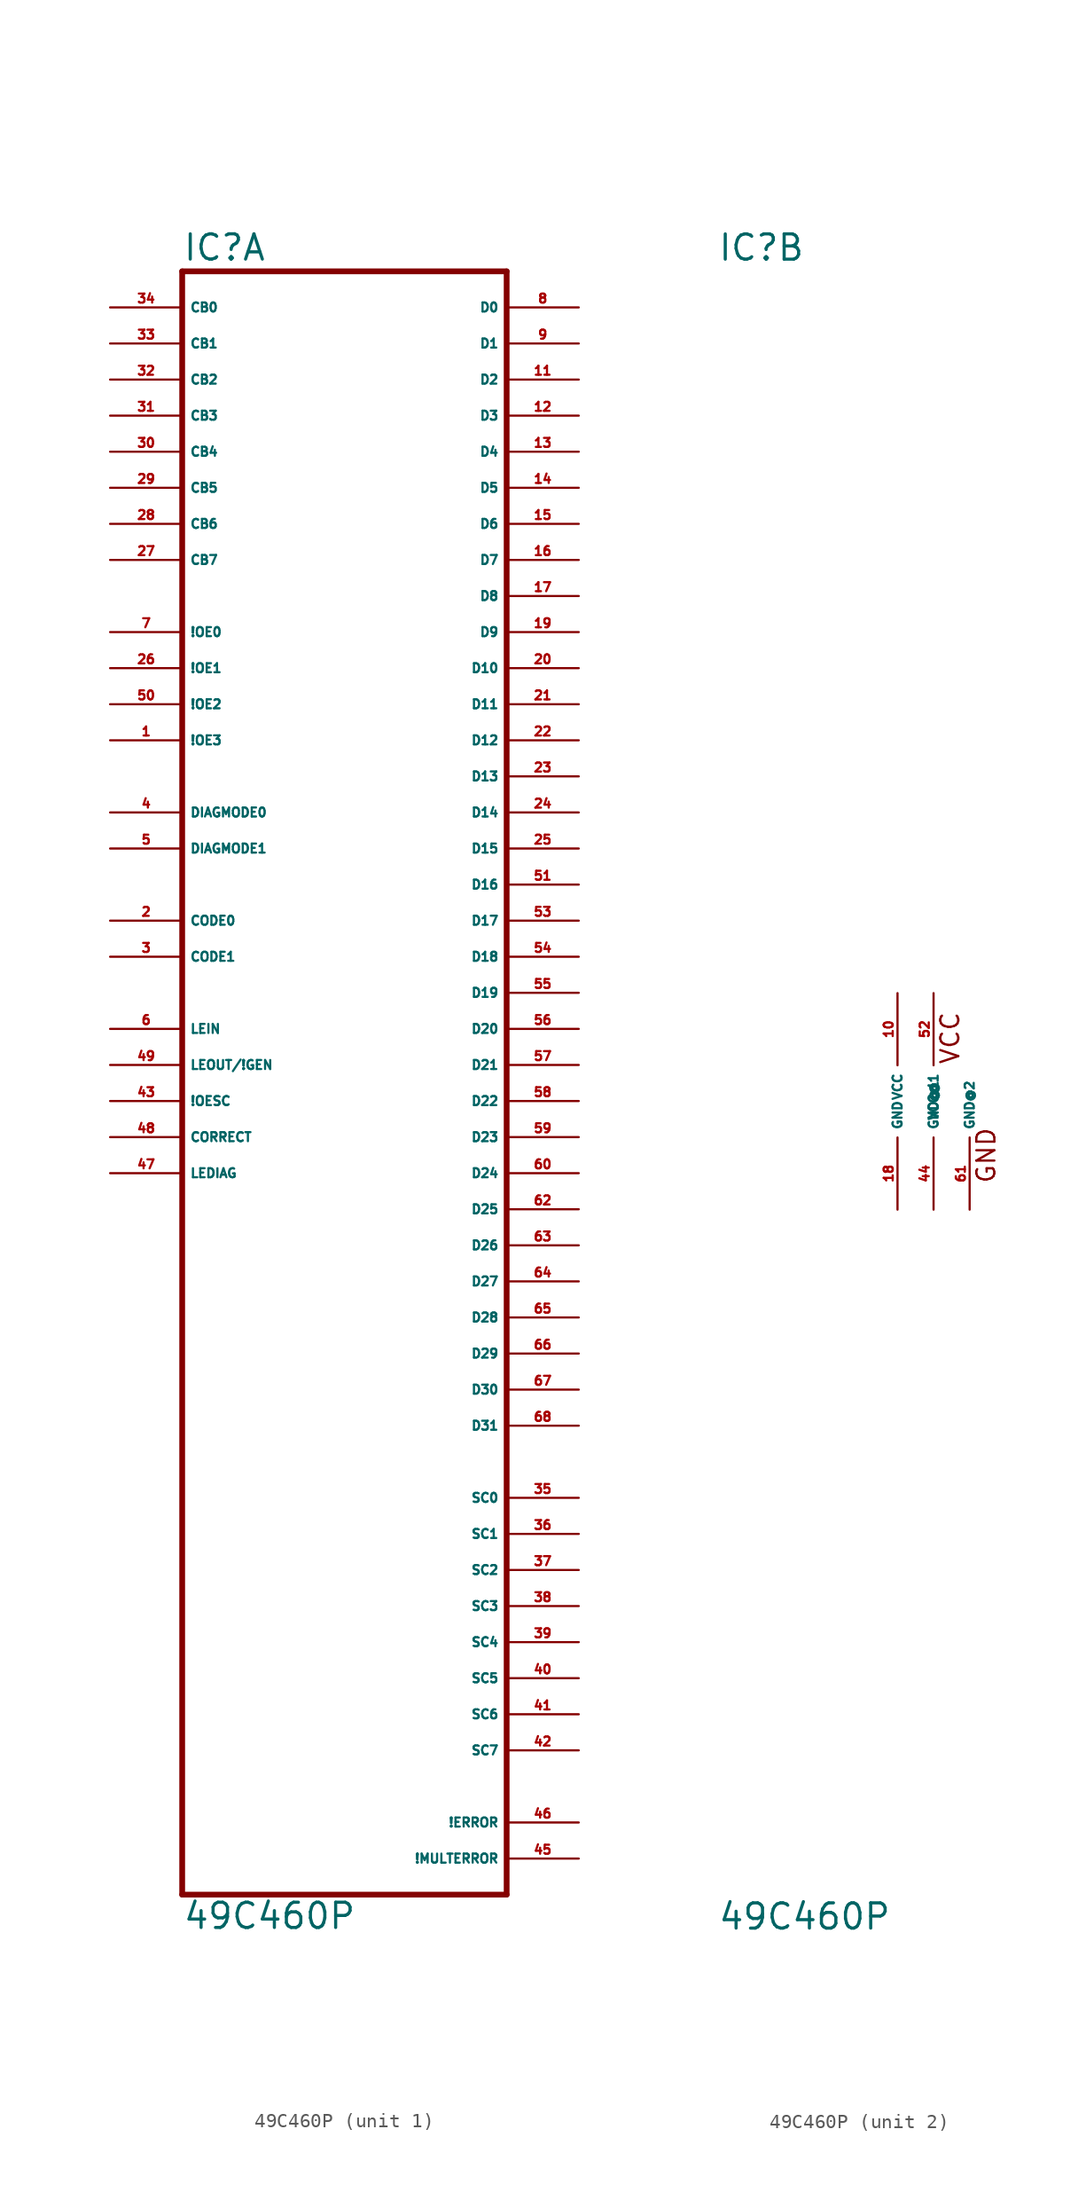
<source format=kicad_sym>
(kicad_symbol_lib
  (version 20220914)
  (generator Eagle2Kicad)
  (symbol "49C460P"
    (property "Reference" "IC"
      (at -12.7 59.055 0)
      (effects (font (size 1.778 1.778) (thickness 0.22)) (justify left bottom)))
    (property "Value" "49C460P"
      (at -12.7 -58.42 0)
      (effects (font (size 1.778 1.778) (thickness 0.22)) (justify left bottom)))
    (symbol "49C460P_1_0"
      (polyline (pts (xy -12.7 58.42) (xy 10.16 58.42)) (stroke (width 0.406) (type default)) (fill (type none)))
      (polyline (pts (xy 10.16 58.42) (xy 10.16 -55.88)) (stroke (width 0.406) (type default)) (fill (type none)))
      (polyline (pts (xy 10.16 -55.88) (xy -12.7 -55.88)) (stroke (width 0.406) (type default)) (fill (type none)))
      (polyline (pts (xy -12.7 -55.88) (xy -12.7 58.42)) (stroke (width 0.406) (type default)) (fill (type none)))
      (pin bidirectional line (at 15.24 55.88 180) (length 5.08) (name "D0" (effects (font (size 0.635 0.635) (thickness 0.08)) (justify left bottom))) (number "8" (effects (font (size 0.635 0.635) (thickness 0.08)) (justify left bottom))))
      (pin bidirectional line (at 15.24 53.34 180) (length 5.08) (name "D1" (effects (font (size 0.635 0.635) (thickness 0.08)) (justify left bottom))) (number "9" (effects (font (size 0.635 0.635) (thickness 0.08)) (justify left bottom))))
      (pin bidirectional line (at 15.24 50.8 180) (length 5.08) (name "D2" (effects (font (size 0.635 0.635) (thickness 0.08)) (justify left bottom))) (number "11" (effects (font (size 0.635 0.635) (thickness 0.08)) (justify left bottom))))
      (pin bidirectional line (at 15.24 48.26 180) (length 5.08) (name "D3" (effects (font (size 0.635 0.635) (thickness 0.08)) (justify left bottom))) (number "12" (effects (font (size 0.635 0.635) (thickness 0.08)) (justify left bottom))))
      (pin bidirectional line (at 15.24 45.72 180) (length 5.08) (name "D4" (effects (font (size 0.635 0.635) (thickness 0.08)) (justify left bottom))) (number "13" (effects (font (size 0.635 0.635) (thickness 0.08)) (justify left bottom))))
      (pin bidirectional line (at 15.24 43.18 180) (length 5.08) (name "D5" (effects (font (size 0.635 0.635) (thickness 0.08)) (justify left bottom))) (number "14" (effects (font (size 0.635 0.635) (thickness 0.08)) (justify left bottom))))
      (pin bidirectional line (at 15.24 40.64 180) (length 5.08) (name "D6" (effects (font (size 0.635 0.635) (thickness 0.08)) (justify left bottom))) (number "15" (effects (font (size 0.635 0.635) (thickness 0.08)) (justify left bottom))))
      (pin bidirectional line (at 15.24 38.1 180) (length 5.08) (name "D7" (effects (font (size 0.635 0.635) (thickness 0.08)) (justify left bottom))) (number "16" (effects (font (size 0.635 0.635) (thickness 0.08)) (justify left bottom))))
      (pin bidirectional line (at 15.24 35.56 180) (length 5.08) (name "D8" (effects (font (size 0.635 0.635) (thickness 0.08)) (justify left bottom))) (number "17" (effects (font (size 0.635 0.635) (thickness 0.08)) (justify left bottom))))
      (pin bidirectional line (at 15.24 33.02 180) (length 5.08) (name "D9" (effects (font (size 0.635 0.635) (thickness 0.08)) (justify left bottom))) (number "19" (effects (font (size 0.635 0.635) (thickness 0.08)) (justify left bottom))))
      (pin bidirectional line (at 15.24 30.48 180) (length 5.08) (name "D10" (effects (font (size 0.635 0.635) (thickness 0.08)) (justify left bottom))) (number "20" (effects (font (size 0.635 0.635) (thickness 0.08)) (justify left bottom))))
      (pin bidirectional line (at 15.24 27.94 180) (length 5.08) (name "D11" (effects (font (size 0.635 0.635) (thickness 0.08)) (justify left bottom))) (number "21" (effects (font (size 0.635 0.635) (thickness 0.08)) (justify left bottom))))
      (pin bidirectional line (at 15.24 25.4 180) (length 5.08) (name "D12" (effects (font (size 0.635 0.635) (thickness 0.08)) (justify left bottom))) (number "22" (effects (font (size 0.635 0.635) (thickness 0.08)) (justify left bottom))))
      (pin bidirectional line (at 15.24 22.86 180) (length 5.08) (name "D13" (effects (font (size 0.635 0.635) (thickness 0.08)) (justify left bottom))) (number "23" (effects (font (size 0.635 0.635) (thickness 0.08)) (justify left bottom))))
      (pin bidirectional line (at 15.24 20.32 180) (length 5.08) (name "D14" (effects (font (size 0.635 0.635) (thickness 0.08)) (justify left bottom))) (number "24" (effects (font (size 0.635 0.635) (thickness 0.08)) (justify left bottom))))
      (pin bidirectional line (at 15.24 17.78 180) (length 5.08) (name "D15" (effects (font (size 0.635 0.635) (thickness 0.08)) (justify left bottom))) (number "25" (effects (font (size 0.635 0.635) (thickness 0.08)) (justify left bottom))))
      (pin bidirectional line (at 15.24 15.24 180) (length 5.08) (name "D16" (effects (font (size 0.635 0.635) (thickness 0.08)) (justify left bottom))) (number "51" (effects (font (size 0.635 0.635) (thickness 0.08)) (justify left bottom))))
      (pin bidirectional line (at 15.24 12.7 180) (length 5.08) (name "D17" (effects (font (size 0.635 0.635) (thickness 0.08)) (justify left bottom))) (number "53" (effects (font (size 0.635 0.635) (thickness 0.08)) (justify left bottom))))
      (pin bidirectional line (at 15.24 10.16 180) (length 5.08) (name "D18" (effects (font (size 0.635 0.635) (thickness 0.08)) (justify left bottom))) (number "54" (effects (font (size 0.635 0.635) (thickness 0.08)) (justify left bottom))))
      (pin bidirectional line (at 15.24 7.62 180) (length 5.08) (name "D19" (effects (font (size 0.635 0.635) (thickness 0.08)) (justify left bottom))) (number "55" (effects (font (size 0.635 0.635) (thickness 0.08)) (justify left bottom))))
      (pin bidirectional line (at 15.24 5.08 180) (length 5.08) (name "D20" (effects (font (size 0.635 0.635) (thickness 0.08)) (justify left bottom))) (number "56" (effects (font (size 0.635 0.635) (thickness 0.08)) (justify left bottom))))
      (pin bidirectional line (at 15.24 2.54 180) (length 5.08) (name "D21" (effects (font (size 0.635 0.635) (thickness 0.08)) (justify left bottom))) (number "57" (effects (font (size 0.635 0.635) (thickness 0.08)) (justify left bottom))))
      (pin bidirectional line (at 15.24 0 180) (length 5.08) (name "D22" (effects (font (size 0.635 0.635) (thickness 0.08)) (justify left bottom))) (number "58" (effects (font (size 0.635 0.635) (thickness 0.08)) (justify left bottom))))
      (pin bidirectional line (at 15.24 -2.54 180) (length 5.08) (name "D23" (effects (font (size 0.635 0.635) (thickness 0.08)) (justify left bottom))) (number "59" (effects (font (size 0.635 0.635) (thickness 0.08)) (justify left bottom))))
      (pin bidirectional line (at 15.24 -5.08 180) (length 5.08) (name "D24" (effects (font (size 0.635 0.635) (thickness 0.08)) (justify left bottom))) (number "60" (effects (font (size 0.635 0.635) (thickness 0.08)) (justify left bottom))))
      (pin bidirectional line (at 15.24 -7.62 180) (length 5.08) (name "D25" (effects (font (size 0.635 0.635) (thickness 0.08)) (justify left bottom))) (number "62" (effects (font (size 0.635 0.635) (thickness 0.08)) (justify left bottom))))
      (pin bidirectional line (at 15.24 -10.16 180) (length 5.08) (name "D26" (effects (font (size 0.635 0.635) (thickness 0.08)) (justify left bottom))) (number "63" (effects (font (size 0.635 0.635) (thickness 0.08)) (justify left bottom))))
      (pin bidirectional line (at 15.24 -12.7 180) (length 5.08) (name "D27" (effects (font (size 0.635 0.635) (thickness 0.08)) (justify left bottom))) (number "64" (effects (font (size 0.635 0.635) (thickness 0.08)) (justify left bottom))))
      (pin bidirectional line (at 15.24 -15.24 180) (length 5.08) (name "D28" (effects (font (size 0.635 0.635) (thickness 0.08)) (justify left bottom))) (number "65" (effects (font (size 0.635 0.635) (thickness 0.08)) (justify left bottom))))
      (pin bidirectional line (at 15.24 -17.78 180) (length 5.08) (name "D29" (effects (font (size 0.635 0.635) (thickness 0.08)) (justify left bottom))) (number "66" (effects (font (size 0.635 0.635) (thickness 0.08)) (justify left bottom))))
      (pin bidirectional line (at 15.24 -20.32 180) (length 5.08) (name "D30" (effects (font (size 0.635 0.635) (thickness 0.08)) (justify left bottom))) (number "67" (effects (font (size 0.635 0.635) (thickness 0.08)) (justify left bottom))))
      (pin bidirectional line (at 15.24 -22.86 180) (length 5.08) (name "D31" (effects (font (size 0.635 0.635) (thickness 0.08)) (justify left bottom))) (number "68" (effects (font (size 0.635 0.635) (thickness 0.08)) (justify left bottom))))
      (pin input line (at -17.78 55.88 0) (length 5.08) (name "CB0" (effects (font (size 0.635 0.635) (thickness 0.08)) (justify left bottom))) (number "34" (effects (font (size 0.635 0.635) (thickness 0.08)) (justify left bottom))))
      (pin input line (at -17.78 53.34 0) (length 5.08) (name "CB1" (effects (font (size 0.635 0.635) (thickness 0.08)) (justify left bottom))) (number "33" (effects (font (size 0.635 0.635) (thickness 0.08)) (justify left bottom))))
      (pin input line (at -17.78 50.8 0) (length 5.08) (name "CB2" (effects (font (size 0.635 0.635) (thickness 0.08)) (justify left bottom))) (number "32" (effects (font (size 0.635 0.635) (thickness 0.08)) (justify left bottom))))
      (pin input line (at -17.78 48.26 0) (length 5.08) (name "CB3" (effects (font (size 0.635 0.635) (thickness 0.08)) (justify left bottom))) (number "31" (effects (font (size 0.635 0.635) (thickness 0.08)) (justify left bottom))))
      (pin input line (at -17.78 45.72 0) (length 5.08) (name "CB4" (effects (font (size 0.635 0.635) (thickness 0.08)) (justify left bottom))) (number "30" (effects (font (size 0.635 0.635) (thickness 0.08)) (justify left bottom))))
      (pin input line (at -17.78 43.18 0) (length 5.08) (name "CB5" (effects (font (size 0.635 0.635) (thickness 0.08)) (justify left bottom))) (number "29" (effects (font (size 0.635 0.635) (thickness 0.08)) (justify left bottom))))
      (pin input line (at -17.78 40.64 0) (length 5.08) (name "CB6" (effects (font (size 0.635 0.635) (thickness 0.08)) (justify left bottom))) (number "28" (effects (font (size 0.635 0.635) (thickness 0.08)) (justify left bottom))))
      (pin input line (at -17.78 38.1 0) (length 5.08) (name "CB7" (effects (font (size 0.635 0.635) (thickness 0.08)) (justify left bottom))) (number "27" (effects (font (size 0.635 0.635) (thickness 0.08)) (justify left bottom))))
      (pin input line (at -17.78 33.02 0) (length 5.08) (name "!OE0" (effects (font (size 0.635 0.635) (thickness 0.08)) (justify left bottom))) (number "7" (effects (font (size 0.635 0.635) (thickness 0.08)) (justify left bottom))))
      (pin input line (at -17.78 30.48 0) (length 5.08) (name "!OE1" (effects (font (size 0.635 0.635) (thickness 0.08)) (justify left bottom))) (number "26" (effects (font (size 0.635 0.635) (thickness 0.08)) (justify left bottom))))
      (pin input line (at -17.78 27.94 0) (length 5.08) (name "!OE2" (effects (font (size 0.635 0.635) (thickness 0.08)) (justify left bottom))) (number "50" (effects (font (size 0.635 0.635) (thickness 0.08)) (justify left bottom))))
      (pin input line (at -17.78 20.32 0) (length 5.08) (name "DIAGMODE0" (effects (font (size 0.635 0.635) (thickness 0.08)) (justify left bottom))) (number "4" (effects (font (size 0.635 0.635) (thickness 0.08)) (justify left bottom))))
      (pin input line (at -17.78 17.78 0) (length 5.08) (name "DIAGMODE1" (effects (font (size 0.635 0.635) (thickness 0.08)) (justify left bottom))) (number "5" (effects (font (size 0.635 0.635) (thickness 0.08)) (justify left bottom))))
      (pin input line (at -17.78 2.54 0) (length 5.08) (name "LEOUT/!GEN" (effects (font (size 0.635 0.635) (thickness 0.08)) (justify left bottom))) (number "49" (effects (font (size 0.635 0.635) (thickness 0.08)) (justify left bottom))))
      (pin input line (at -17.78 0 0) (length 5.08) (name "!OESC" (effects (font (size 0.635 0.635) (thickness 0.08)) (justify left bottom))) (number "43" (effects (font (size 0.635 0.635) (thickness 0.08)) (justify left bottom))))
      (pin input line (at -17.78 -2.54 0) (length 5.08) (name "CORRECT" (effects (font (size 0.635 0.635) (thickness 0.08)) (justify left bottom))) (number "48" (effects (font (size 0.635 0.635) (thickness 0.08)) (justify left bottom))))
      (pin input line (at -17.78 12.7 0) (length 5.08) (name "CODE0" (effects (font (size 0.635 0.635) (thickness 0.08)) (justify left bottom))) (number "2" (effects (font (size 0.635 0.635) (thickness 0.08)) (justify left bottom))))
      (pin input line (at -17.78 10.16 0) (length 5.08) (name "CODE1" (effects (font (size 0.635 0.635) (thickness 0.08)) (justify left bottom))) (number "3" (effects (font (size 0.635 0.635) (thickness 0.08)) (justify left bottom))))
      (pin input line (at -17.78 -5.08 0) (length 5.08) (name "LEDIAG" (effects (font (size 0.635 0.635) (thickness 0.08)) (justify left bottom))) (number "47" (effects (font (size 0.635 0.635) (thickness 0.08)) (justify left bottom))))
      (pin output line (at 15.24 -27.94 180) (length 5.08) (name "SC0" (effects (font (size 0.635 0.635) (thickness 0.08)) (justify left bottom))) (number "35" (effects (font (size 0.635 0.635) (thickness 0.08)) (justify left bottom))))
      (pin output line (at 15.24 -30.48 180) (length 5.08) (name "SC1" (effects (font (size 0.635 0.635) (thickness 0.08)) (justify left bottom))) (number "36" (effects (font (size 0.635 0.635) (thickness 0.08)) (justify left bottom))))
      (pin output line (at 15.24 -33.02 180) (length 5.08) (name "SC2" (effects (font (size 0.635 0.635) (thickness 0.08)) (justify left bottom))) (number "37" (effects (font (size 0.635 0.635) (thickness 0.08)) (justify left bottom))))
      (pin output line (at 15.24 -35.56 180) (length 5.08) (name "SC3" (effects (font (size 0.635 0.635) (thickness 0.08)) (justify left bottom))) (number "38" (effects (font (size 0.635 0.635) (thickness 0.08)) (justify left bottom))))
      (pin output line (at 15.24 -38.1 180) (length 5.08) (name "SC4" (effects (font (size 0.635 0.635) (thickness 0.08)) (justify left bottom))) (number "39" (effects (font (size 0.635 0.635) (thickness 0.08)) (justify left bottom))))
      (pin output line (at 15.24 -40.64 180) (length 5.08) (name "SC5" (effects (font (size 0.635 0.635) (thickness 0.08)) (justify left bottom))) (number "40" (effects (font (size 0.635 0.635) (thickness 0.08)) (justify left bottom))))
      (pin output line (at 15.24 -43.18 180) (length 5.08) (name "SC6" (effects (font (size 0.635 0.635) (thickness 0.08)) (justify left bottom))) (number "41" (effects (font (size 0.635 0.635) (thickness 0.08)) (justify left bottom))))
      (pin output line (at 15.24 -45.72 180) (length 5.08) (name "SC7" (effects (font (size 0.635 0.635) (thickness 0.08)) (justify left bottom))) (number "42" (effects (font (size 0.635 0.635) (thickness 0.08)) (justify left bottom))))
      (pin output line (at 15.24 -50.8 180) (length 5.08) (name "!ERROR" (effects (font (size 0.635 0.635) (thickness 0.08)) (justify left bottom))) (number "46" (effects (font (size 0.635 0.635) (thickness 0.08)) (justify left bottom))))
      (pin output line (at 15.24 -53.34 180) (length 5.08) (name "!MULTERROR" (effects (font (size 0.635 0.635) (thickness 0.08)) (justify left bottom))) (number "45" (effects (font (size 0.635 0.635) (thickness 0.08)) (justify left bottom))))
      (pin input line (at -17.78 25.4 0) (length 5.08) (name "!OE3" (effects (font (size 0.635 0.635) (thickness 0.08)) (justify left bottom))) (number "1" (effects (font (size 0.635 0.635) (thickness 0.08)) (justify left bottom))))
      (pin input line (at -17.78 5.08 0) (length 5.08) (name "LEIN" (effects (font (size 0.635 0.635) (thickness 0.08)) (justify left bottom))) (number "6" (effects (font (size 0.635 0.635) (thickness 0.08)) (justify left bottom)))))
    (symbol "49C460P_2_0"
      (text "GND" (at 6.985 -5.842 900) (effects (font (size 1.27 1.27) (thickness 0.16)) (justify left bottom)))
      (text "VCC" (at 4.445 2.54 900) (effects (font (size 1.27 1.27) (thickness 0.16)) (justify left bottom)))
      (pin unspecified line (at 0 7.62 270) (length 5.08) (name "VCC" (effects (font (size 0.635 0.635) (thickness 0.08)) (justify left bottom))) (number "10" (effects (font (size 0.635 0.635) (thickness 0.08)) (justify left bottom))))
      (pin unspecified line (at 0 -7.62 90) (length 5.08) (name "GND" (effects (font (size 0.635 0.635) (thickness 0.08)) (justify left bottom))) (number "18" (effects (font (size 0.635 0.635) (thickness 0.08)) (justify left bottom))))
      (pin unspecified line (at 2.54 7.62 270) (length 5.08) (name "VCC@1" (effects (font (size 0.635 0.635) (thickness 0.08)) (justify left bottom))) (number "52" (effects (font (size 0.635 0.635) (thickness 0.08)) (justify left bottom))))
      (pin unspecified line (at 2.54 -7.62 90) (length 5.08) (name "GND@1" (effects (font (size 0.635 0.635) (thickness 0.08)) (justify left bottom))) (number "44" (effects (font (size 0.635 0.635) (thickness 0.08)) (justify left bottom))))
      (pin unspecified line (at 5.08 -7.62 90) (length 5.08) (name "GND@2" (effects (font (size 0.635 0.635) (thickness 0.08)) (justify left bottom))) (number "61" (effects (font (size 0.635 0.635) (thickness 0.08)) (justify left bottom)))))))
</source>
